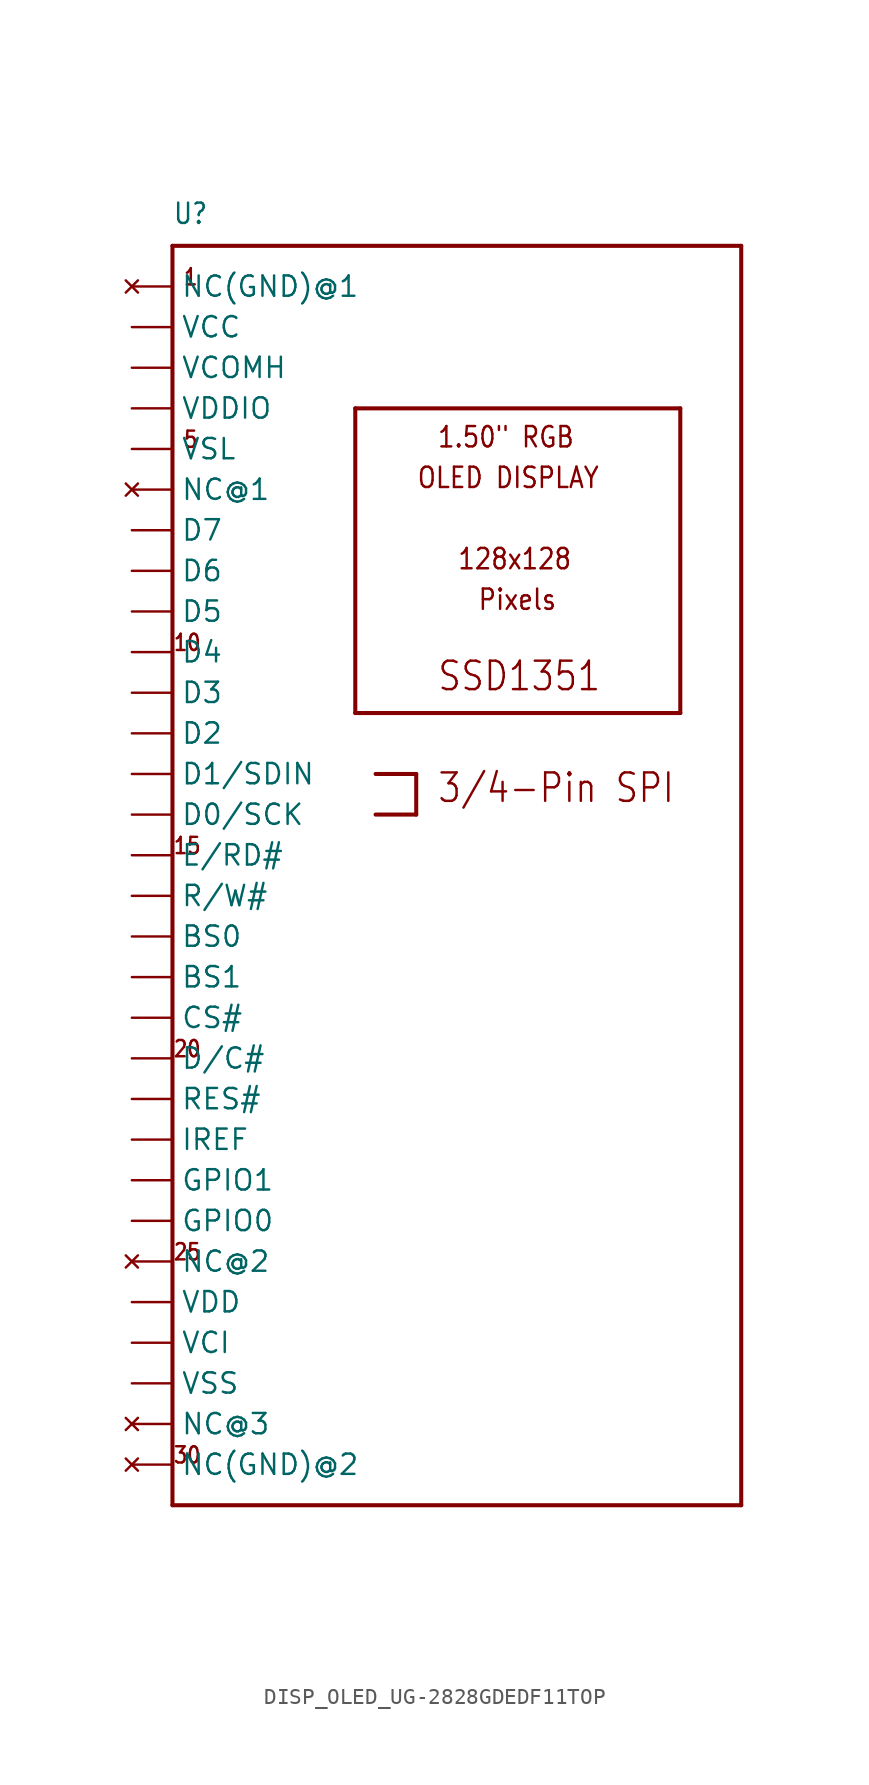
<source format=kicad_sym>
(kicad_symbol_lib
  (version 20231120)
  (generator "kicad_symbol_editor")
  (generator_version "8.0")
  (symbol "DISP_OLED_UG-2828GDEDF11TOP"
    (property "Reference" "U"
      (at -17.78 39.37 0)
      (effects (font (size 1.27 1.079)) (justify left bottom)))
    (property "Value" ""
      (at -17.78 -43.18 0)
      (effects (font (size 1.27 1.079)) (justify left bottom)))
    (property "ki_locked" ""
      (at 0 0 0)
      (effects (font (size 1.27 1.27))))
    (symbol "DISP_OLED_UG-2828GDEDF11TOP_1_0"
      (polyline (pts (xy -17.78 -40.64) (xy -17.78 38.1)) (stroke (width 0.254) (type solid)) (fill (type none)))
      (polyline (pts (xy -17.78 38.1) (xy 17.78 38.1)) (stroke (width 0.254) (type solid)) (fill (type none)))
      (polyline (pts (xy -6.35 8.89) (xy -6.35 27.94)) (stroke (width 0.254) (type solid)) (fill (type none)))
      (polyline (pts (xy -6.35 27.94) (xy 13.97 27.94)) (stroke (width 0.254) (type solid)) (fill (type none)))
      (polyline (pts (xy -5.08 5.08) (xy -2.54 5.08)) (stroke (width 0.254) (type solid)) (fill (type none)))
      (polyline (pts (xy -2.54 2.54) (xy -5.08 2.54)) (stroke (width 0.254) (type solid)) (fill (type none)))
      (polyline (pts (xy -2.54 5.08) (xy -2.54 2.54)) (stroke (width 0.254) (type solid)) (fill (type none)))
      (polyline (pts (xy 13.97 8.89) (xy -6.35 8.89)) (stroke (width 0.254) (type solid)) (fill (type none)))
      (polyline (pts (xy 13.97 27.94) (xy 13.97 8.89)) (stroke (width 0.254) (type solid)) (fill (type none)))
      (polyline (pts (xy 17.78 -40.64) (xy -17.78 -40.64)) (stroke (width 0.254) (type solid)) (fill (type none)))
      (polyline (pts (xy 17.78 38.1) (xy 17.78 -40.64)) (stroke (width 0.254) (type solid)) (fill (type none)))
      (text "1" (at -17.145 35.56 0) (effects (font (size 1.016 0.864)) (justify left bottom)))
      (text "1.50\" RGB" (at -1.27 25.4 0) (effects (font (size 1.27 1.079)) (justify left bottom)))
      (text "10" (at -17.78 12.7 0) (effects (font (size 1.016 0.864)) (justify left bottom)))
      (text "128x128" (at 0 17.78 0) (effects (font (size 1.27 1.079)) (justify left bottom)))
      (text "15" (at -17.78 0 0) (effects (font (size 1.016 0.864)) (justify left bottom)))
      (text "20" (at -17.78 -12.7 0) (effects (font (size 1.016 0.864)) (justify left bottom)))
      (text "25" (at -17.78 -25.4 0) (effects (font (size 1.016 0.864)) (justify left bottom)))
      (text "3/4-Pin SPI" (at -1.27 3.175 0) (effects (font (size 1.778 1.511)) (justify left bottom)))
      (text "30" (at -17.78 -38.1 0) (effects (font (size 1.016 0.864)) (justify left bottom)))
      (text "5" (at -17.145 25.4 0) (effects (font (size 1.016 0.864)) (justify left bottom)))
      (text "OLED DISPLAY" (at -2.54 22.86 0) (effects (font (size 1.27 1.079)) (justify left bottom)))
      (text "Pixels" (at 1.27 15.24 0) (effects (font (size 1.27 1.079)) (justify left bottom)))
      (text "SSD1351" (at -1.27 10.16 0) (effects (font (size 1.778 1.511)) (justify left bottom)))
      (pin no_connect line (at -20.32 -38.1 0) (length 2.54) (name "NC(GND)@2" (effects (font (size 1.27 1.27)))) (number "P$1" (effects (font (size 0 0)))))
      (pin bidirectional line (at -20.32 -15.24 0) (length 2.54) (name "RES#" (effects (font (size 1.27 1.27)))) (number "P$10" (effects (font (size 0 0)))))
      (pin bidirectional line (at -20.32 -12.7 0) (length 2.54) (name "D/C#" (effects (font (size 1.27 1.27)))) (number "P$11" (effects (font (size 0 0)))))
      (pin bidirectional line (at -20.32 -10.16 0) (length 2.54) (name "CS#" (effects (font (size 1.27 1.27)))) (number "P$12" (effects (font (size 0 0)))))
      (pin bidirectional line (at -20.32 -7.62 0) (length 2.54) (name "BS1" (effects (font (size 1.27 1.27)))) (number "P$13" (effects (font (size 0 0)))))
      (pin bidirectional line (at -20.32 -5.08 0) (length 2.54) (name "BS0" (effects (font (size 1.27 1.27)))) (number "P$14" (effects (font (size 0 0)))))
      (pin bidirectional line (at -20.32 -2.54 0) (length 2.54) (name "R/W#" (effects (font (size 1.27 1.27)))) (number "P$15" (effects (font (size 0 0)))))
      (pin bidirectional line (at -20.32 0 0) (length 2.54) (name "E/RD#" (effects (font (size 1.27 1.27)))) (number "P$16" (effects (font (size 0 0)))))
      (pin bidirectional line (at -20.32 2.54 0) (length 2.54) (name "D0/SCK" (effects (font (size 1.27 1.27)))) (number "P$17" (effects (font (size 0 0)))))
      (pin bidirectional line (at -20.32 5.08 0) (length 2.54) (name "D1/SDIN" (effects (font (size 1.27 1.27)))) (number "P$18" (effects (font (size 0 0)))))
      (pin bidirectional line (at -20.32 7.62 0) (length 2.54) (name "D2" (effects (font (size 1.27 1.27)))) (number "P$19" (effects (font (size 0 0)))))
      (pin no_connect line (at -20.32 -35.56 0) (length 2.54) (name "NC@3" (effects (font (size 1.27 1.27)))) (number "P$2" (effects (font (size 0 0)))))
      (pin bidirectional line (at -20.32 10.16 0) (length 2.54) (name "D3" (effects (font (size 1.27 1.27)))) (number "P$20" (effects (font (size 0 0)))))
      (pin bidirectional line (at -20.32 12.7 0) (length 2.54) (name "D4" (effects (font (size 1.27 1.27)))) (number "P$21" (effects (font (size 0 0)))))
      (pin bidirectional line (at -20.32 15.24 0) (length 2.54) (name "D5" (effects (font (size 1.27 1.27)))) (number "P$22" (effects (font (size 0 0)))))
      (pin bidirectional line (at -20.32 17.78 0) (length 2.54) (name "D6" (effects (font (size 1.27 1.27)))) (number "P$23" (effects (font (size 0 0)))))
      (pin bidirectional line (at -20.32 20.32 0) (length 2.54) (name "D7" (effects (font (size 1.27 1.27)))) (number "P$24" (effects (font (size 0 0)))))
      (pin no_connect line (at -20.32 22.86 0) (length 2.54) (name "NC@1" (effects (font (size 1.27 1.27)))) (number "P$25" (effects (font (size 0 0)))))
      (pin bidirectional line (at -20.32 25.4 0) (length 2.54) (name "VSL" (effects (font (size 1.27 1.27)))) (number "P$26" (effects (font (size 0 0)))))
      (pin power_in line (at -20.32 27.94 0) (length 2.54) (name "VDDIO" (effects (font (size 1.27 1.27)))) (number "P$27" (effects (font (size 0 0)))))
      (pin power_in line (at -20.32 30.48 0) (length 2.54) (name "VCOMH" (effects (font (size 1.27 1.27)))) (number "P$28" (effects (font (size 0 0)))))
      (pin power_in line (at -20.32 33.02 0) (length 2.54) (name "VCC" (effects (font (size 1.27 1.27)))) (number "P$29" (effects (font (size 0 0)))))
      (pin power_in line (at -20.32 -33.02 0) (length 2.54) (name "VSS" (effects (font (size 1.27 1.27)))) (number "P$3" (effects (font (size 0 0)))))
      (pin no_connect line (at -20.32 35.56 0) (length 2.54) (name "NC(GND)@1" (effects (font (size 1.27 1.27)))) (number "P$30" (effects (font (size 0 0)))))
      (pin power_in line (at -20.32 -30.48 0) (length 2.54) (name "VCI" (effects (font (size 1.27 1.27)))) (number "P$4" (effects (font (size 0 0)))))
      (pin power_in line (at -20.32 -27.94 0) (length 2.54) (name "VDD" (effects (font (size 1.27 1.27)))) (number "P$5" (effects (font (size 0 0)))))
      (pin no_connect line (at -20.32 -25.4 0) (length 2.54) (name "NC@2" (effects (font (size 1.27 1.27)))) (number "P$6" (effects (font (size 0 0)))))
      (pin bidirectional line (at -20.32 -22.86 0) (length 2.54) (name "GPIO0" (effects (font (size 1.27 1.27)))) (number "P$7" (effects (font (size 0 0)))))
      (pin bidirectional line (at -20.32 -20.32 0) (length 2.54) (name "GPIO1" (effects (font (size 1.27 1.27)))) (number "P$8" (effects (font (size 0 0)))))
      (pin bidirectional line (at -20.32 -17.78 0) (length 2.54) (name "IREF" (effects (font (size 1.27 1.27)))) (number "P$9" (effects (font (size 0 0))))))))
</source>
